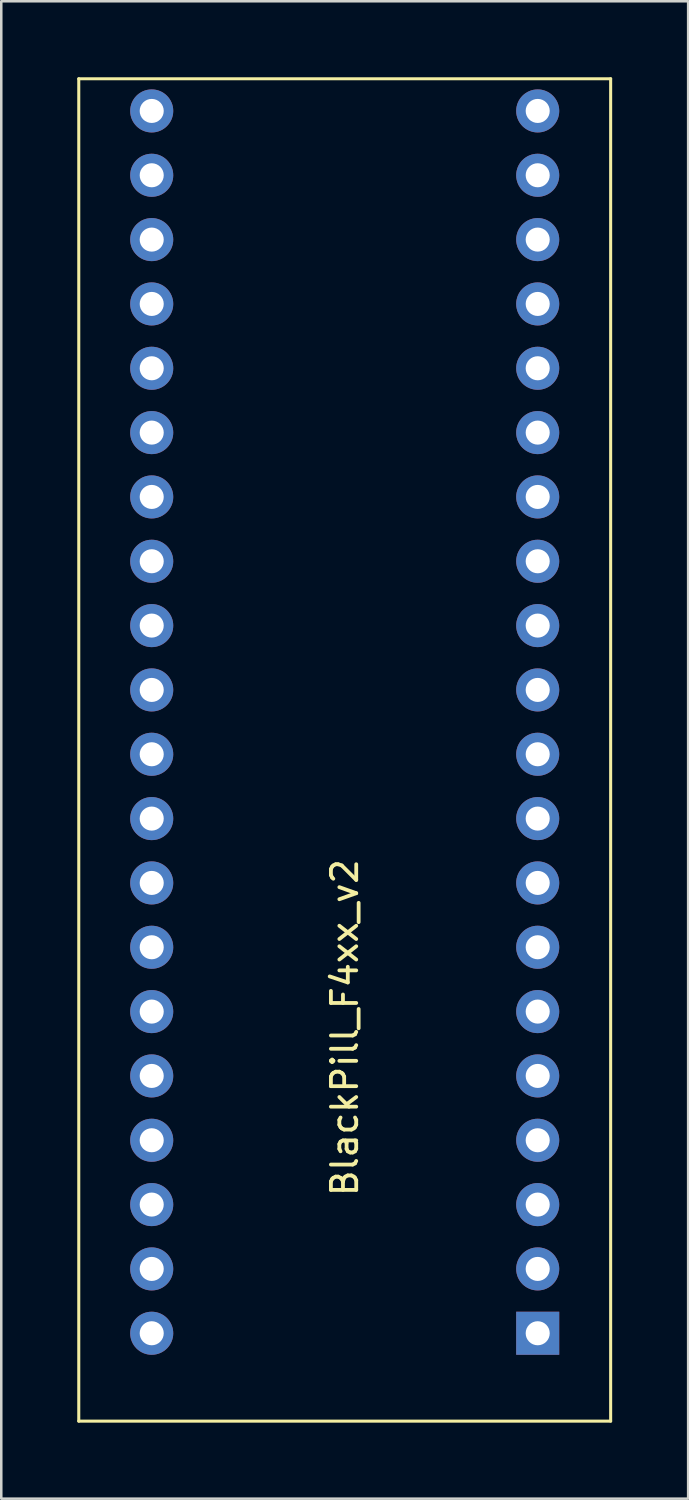
<source format=kicad_pcb>
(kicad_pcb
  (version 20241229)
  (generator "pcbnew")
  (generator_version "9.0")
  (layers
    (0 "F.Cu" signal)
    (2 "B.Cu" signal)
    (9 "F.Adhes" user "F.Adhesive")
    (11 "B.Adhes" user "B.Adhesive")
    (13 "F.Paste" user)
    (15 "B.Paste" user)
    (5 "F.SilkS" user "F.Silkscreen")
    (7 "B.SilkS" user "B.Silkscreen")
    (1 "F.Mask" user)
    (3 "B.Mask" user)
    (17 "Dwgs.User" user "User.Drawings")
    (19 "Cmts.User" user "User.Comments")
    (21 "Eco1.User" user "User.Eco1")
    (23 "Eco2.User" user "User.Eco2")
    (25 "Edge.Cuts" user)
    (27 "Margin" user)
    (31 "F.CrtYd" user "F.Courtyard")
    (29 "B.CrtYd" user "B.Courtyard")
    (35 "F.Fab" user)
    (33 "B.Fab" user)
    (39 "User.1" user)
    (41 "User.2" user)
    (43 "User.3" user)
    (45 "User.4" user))
  (footprint "BlackPill_F4xx_v2"
    (layer "F.Cu")
    (at 18.18 49.59)
    (property "Reference" "BlackPill_F4xx_v2" (at -7.62 -12.065 90) (layer "F.SilkS") (effects (font (size 1 1) (thickness 0.15))))
    (attr through_hole)
    (fp_line (start -18.12 -49.53) (end 2.88 -49.53) (stroke (width 0.12) (type solid)) (layer "F.SilkS"))
    (fp_line (start -18.12 3.47) (end -18.12 -49.53) (stroke (width 0.12) (type solid)) (layer "F.SilkS"))
    (fp_line (start 2.88 -49.53) (end 2.88 3.47) (stroke (width 0.12) (type solid)) (layer "F.SilkS"))
    (fp_line (start 2.88 3.47) (end -18.12 3.47) (stroke (width 0.12) (type solid)) (layer "F.SilkS"))
    (pad "1" thru_hole rect (at 0 0) (size 1.7 1.7) (drill 0.95) (layers "*.Cu" "*.Mask"))
    (pad "2" thru_hole circle (at 0 -2.54) (size 1.7 1.7) (drill 0.95) (layers "*.Cu" "*.Mask"))
    (pad "3" thru_hole circle (at 0 -5.08) (size 1.7 1.7) (drill 0.95) (layers "*.Cu" "*.Mask"))
    (pad "4" thru_hole circle (at 0 -7.62) (size 1.7 1.7) (drill 0.95) (layers "*.Cu" "*.Mask"))
    (pad "5" thru_hole circle (at 0 -10.16) (size 1.7 1.7) (drill 0.95) (layers "*.Cu" "*.Mask"))
    (pad "6" thru_hole circle (at 0 -12.7) (size 1.7 1.7) (drill 0.95) (layers "*.Cu" "*.Mask"))
    (pad "7" thru_hole circle (at 0 -15.24) (size 1.7 1.7) (drill 0.95) (layers "*.Cu" "*.Mask"))
    (pad "8" thru_hole circle (at 0 -17.78) (size 1.7 1.7) (drill 0.95) (layers "*.Cu" "*.Mask"))
    (pad "9" thru_hole circle (at 0 -20.32) (size 1.7 1.7) (drill 0.95) (layers "*.Cu" "*.Mask"))
    (pad "10" thru_hole circle (at 0 -22.86) (size 1.7 1.7) (drill 0.95) (layers "*.Cu" "*.Mask"))
    (pad "11" thru_hole circle (at 0 -25.4) (size 1.7 1.7) (drill 0.95) (layers "*.Cu" "*.Mask"))
    (pad "12" thru_hole circle (at 0 -27.94) (size 1.7 1.7) (drill 0.95) (layers "*.Cu" "*.Mask"))
    (pad "13" thru_hole circle (at 0 -30.48) (size 1.7 1.7) (drill 0.95) (layers "*.Cu" "*.Mask"))
    (pad "14" thru_hole circle (at 0 -33.02) (size 1.7 1.7) (drill 0.95) (layers "*.Cu" "*.Mask"))
    (pad "15" thru_hole circle (at 0 -35.56) (size 1.7 1.7) (drill 0.95) (layers "*.Cu" "*.Mask"))
    (pad "16" thru_hole circle (at 0 -38.1) (size 1.7 1.7) (drill 0.95) (layers "*.Cu" "*.Mask"))
    (pad "17" thru_hole circle (at 0 -40.64) (size 1.7 1.7) (drill 0.95) (layers "*.Cu" "*.Mask"))
    (pad "18" thru_hole circle (at 0 -43.18) (size 1.7 1.7) (drill 0.95) (layers "*.Cu" "*.Mask"))
    (pad "19" thru_hole circle (at 0 -45.72) (size 1.7 1.7) (drill 0.95) (layers "*.Cu" "*.Mask"))
    (pad "20" thru_hole circle (at 0 -48.26) (size 1.7 1.7) (drill 0.95) (layers "*.Cu" "*.Mask"))
    (pad "21" thru_hole circle (at -15.24 -48.26) (size 1.7 1.7) (drill 0.95) (layers "*.Cu" "*.Mask"))
    (pad "22" thru_hole circle (at -15.24 -45.72) (size 1.7 1.7) (drill 0.95) (layers "*.Cu" "*.Mask"))
    (pad "23" thru_hole circle (at -15.24 -43.18) (size 1.7 1.7) (drill 0.95) (layers "*.Cu" "*.Mask"))
    (pad "24" thru_hole circle (at -15.24 -40.64) (size 1.7 1.7) (drill 0.95) (layers "*.Cu" "*.Mask"))
    (pad "25" thru_hole circle (at -15.24 -38.1) (size 1.7 1.7) (drill 0.95) (layers "*.Cu" "*.Mask"))
    (pad "26" thru_hole circle (at -15.24 -35.56) (size 1.7 1.7) (drill 0.95) (layers "*.Cu" "*.Mask"))
    (pad "27" thru_hole circle (at -15.24 -33.02) (size 1.7 1.7) (drill 0.95) (layers "*.Cu" "*.Mask"))
    (pad "28" thru_hole circle (at -15.24 -30.48) (size 1.7 1.7) (drill 0.95) (layers "*.Cu" "*.Mask"))
    (pad "29" thru_hole circle (at -15.24 -27.94) (size 1.7 1.7) (drill 0.95) (layers "*.Cu" "*.Mask"))
    (pad "30" thru_hole circle (at -15.24 -25.4) (size 1.7 1.7) (drill 0.95) (layers "*.Cu" "*.Mask"))
    (pad "31" thru_hole circle (at -15.24 -22.86) (size 1.7 1.7) (drill 0.95) (layers "*.Cu" "*.Mask"))
    (pad "32" thru_hole circle (at -15.24 -20.32) (size 1.7 1.7) (drill 0.95) (layers "*.Cu" "*.Mask"))
    (pad "33" thru_hole circle (at -15.24 -17.78) (size 1.7 1.7) (drill 0.95) (layers "*.Cu" "*.Mask"))
    (pad "34" thru_hole circle (at -15.24 -15.24) (size 1.7 1.7) (drill 0.95) (layers "*.Cu" "*.Mask"))
    (pad "35" thru_hole circle (at -15.24 -12.7) (size 1.7 1.7) (drill 0.95) (layers "*.Cu" "*.Mask"))
    (pad "36" thru_hole circle (at -15.24 -10.16) (size 1.7 1.7) (drill 0.95) (layers "*.Cu" "*.Mask"))
    (pad "37" thru_hole circle (at -15.24 -7.62) (size 1.7 1.7) (drill 0.95) (layers "*.Cu" "*.Mask"))
    (pad "38" thru_hole circle (at -15.24 -5.08) (size 1.7 1.7) (drill 0.95) (layers "*.Cu" "*.Mask"))
    (pad "39" thru_hole circle (at -15.24 -2.54) (size 1.7 1.7) (drill 0.95) (layers "*.Cu" "*.Mask"))
    (pad "40" thru_hole circle (at -15.24 0) (size 1.7 1.7) (drill 0.95) (layers "*.Cu" "*.Mask")))
  (gr_rect
    (start -3 -3)
    (end 24.12 56.12)
    (stroke (width 0.1) (type default))
    (fill no)
    (layer "Edge.Cuts")))
</source>
